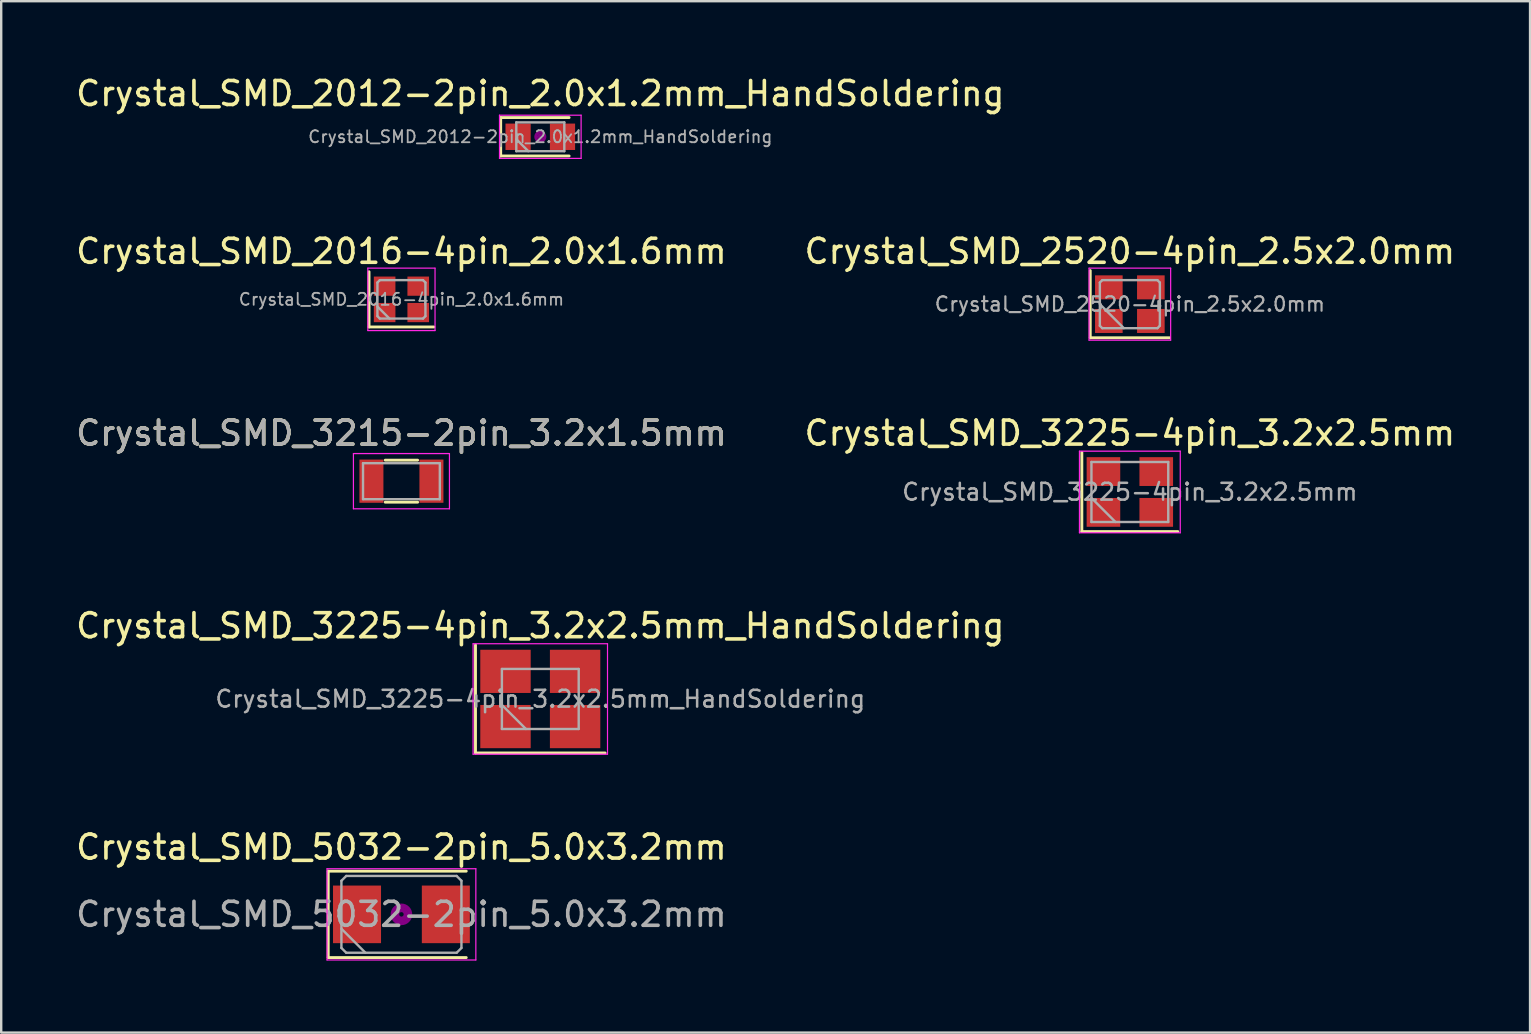
<source format=kicad_pcb>
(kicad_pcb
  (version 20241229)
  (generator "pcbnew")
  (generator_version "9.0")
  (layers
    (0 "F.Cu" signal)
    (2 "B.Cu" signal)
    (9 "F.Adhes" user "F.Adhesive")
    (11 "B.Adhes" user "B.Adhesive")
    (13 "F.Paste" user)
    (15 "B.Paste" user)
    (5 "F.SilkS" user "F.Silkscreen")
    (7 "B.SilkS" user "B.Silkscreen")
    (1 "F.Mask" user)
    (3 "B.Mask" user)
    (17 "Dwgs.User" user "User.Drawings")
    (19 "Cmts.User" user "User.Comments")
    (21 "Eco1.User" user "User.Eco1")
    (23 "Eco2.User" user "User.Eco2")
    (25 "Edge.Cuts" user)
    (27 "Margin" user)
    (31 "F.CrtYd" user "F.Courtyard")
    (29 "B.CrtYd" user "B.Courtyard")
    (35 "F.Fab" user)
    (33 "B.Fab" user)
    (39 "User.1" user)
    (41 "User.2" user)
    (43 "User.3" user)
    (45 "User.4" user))
  (footprint "Crystal_SMD_5032-2pin_5.0x3.2mm"
    (layer "F.Cu")
    (at 13.673 35.041)
    (property "Reference" "Crystal_SMD_5032-2pin_5.0x3.2mm" (at 0 -2.8 0) (layer "F.SilkS") (effects (font (size 1 1) (thickness 0.15))))
    (attr smd)
    (fp_line (start -3.05 -1.8) (end -3.05 1.8) (stroke (width 0.12) (type solid)) (layer "F.SilkS"))
    (fp_line (start -3.05 1.8) (end 2.7 1.8) (stroke (width 0.12) (type solid)) (layer "F.SilkS"))
    (fp_line (start 2.7 -1.8) (end -3.05 -1.8) (stroke (width 0.12) (type solid)) (layer "F.SilkS"))
    (fp_circle (center 0 0) (end 0.093 0) (stroke (width 0.187) (type solid)) (fill no) (layer "F.Adhes"))
    (fp_circle (center 0 0) (end 0.213 0) (stroke (width 0.133) (type solid)) (fill no) (layer "F.Adhes"))
    (fp_circle (center 0 0) (end 0.333 0) (stroke (width 0.133) (type solid)) (fill no) (layer "F.Adhes"))
    (fp_circle (center 0 0) (end 0.4 0) (stroke (width 0.1) (type solid)) (fill no) (layer "F.Adhes"))
    (fp_line (start -3.1 -1.9) (end -3.1 1.9) (stroke (width 0.05) (type solid)) (layer "F.CrtYd"))
    (fp_line (start -3.1 1.9) (end 3.1 1.9) (stroke (width 0.05) (type solid)) (layer "F.CrtYd"))
    (fp_line (start 3.1 -1.9) (end -3.1 -1.9) (stroke (width 0.05) (type solid)) (layer "F.CrtYd"))
    (fp_line (start 3.1 1.9) (end 3.1 -1.9) (stroke (width 0.05) (type solid)) (layer "F.CrtYd"))
    (fp_line (start -2.5 -1.4) (end -2.3 -1.6) (stroke (width 0.1) (type solid)) (layer "F.Fab"))
    (fp_line (start -2.5 0.6) (end -1.5 1.6) (stroke (width 0.1) (type solid)) (layer "F.Fab"))
    (fp_line (start -2.5 1.4) (end -2.5 -1.4) (stroke (width 0.1) (type solid)) (layer "F.Fab"))
    (fp_line (start -2.3 -1.6) (end 2.3 -1.6) (stroke (width 0.1) (type solid)) (layer "F.Fab"))
    (fp_line (start -2.3 1.6) (end -2.5 1.4) (stroke (width 0.1) (type solid)) (layer "F.Fab"))
    (fp_line (start 2.3 -1.6) (end 2.5 -1.4) (stroke (width 0.1) (type solid)) (layer "F.Fab"))
    (fp_line (start 2.3 1.6) (end -2.3 1.6) (stroke (width 0.1) (type solid)) (layer "F.Fab"))
    (fp_line (start 2.5 -1.4) (end 2.5 1.4) (stroke (width 0.1) (type solid)) (layer "F.Fab"))
    (fp_line (start 2.5 1.4) (end 2.3 1.6) (stroke (width 0.1) (type solid)) (layer "F.Fab"))
    (fp_text user "${REFERENCE}" (at 0 0 0) (layer "F.Fab") (effects (font (size 1 1) (thickness 0.15))))
    (pad "1" smd rect (at -1.85 0) (size 2 2.4) (layers "F.Cu" "F.Mask" "F.Paste"))
    (pad "2" smd rect (at 1.85 0) (size 2 2.4) (layers "F.Cu" "F.Mask" "F.Paste")))
  (footprint "Crystal_SMD_3215-2pin_3.2x1.5mm"
    (layer "F.Cu")
    (at 13.673 16.995)
    (property "Reference" "Crystal_SMD_3215-2pin_3.2x1.5mm" (at 0 -2 0) (layer "F.SilkS") (effects (font (size 1 1) (thickness 0.15))))
    (attr smd)
    (fp_line (start -0.675 -0.875) (end 0.675 -0.875) (stroke (width 0.12) (type solid)) (layer "F.SilkS"))
    (fp_line (start -0.675 0.875) (end 0.675 0.875) (stroke (width 0.12) (type solid)) (layer "F.SilkS"))
    (fp_line (start -2 -1.15) (end -2 1.15) (stroke (width 0.05) (type solid)) (layer "F.CrtYd"))
    (fp_line (start -2 -1.15) (end 2 -1.15) (stroke (width 0.05) (type solid)) (layer "F.CrtYd"))
    (fp_line (start -2 1.15) (end 2 1.15) (stroke (width 0.05) (type solid)) (layer "F.CrtYd"))
    (fp_line (start 2 -1.15) (end 2 1.15) (stroke (width 0.05) (type solid)) (layer "F.CrtYd"))
    (fp_line (start -1.6 -0.75) (end -1.6 0.75) (stroke (width 0.1) (type solid)) (layer "F.Fab"))
    (fp_line (start -1.6 -0.75) (end 1.6 -0.75) (stroke (width 0.1) (type solid)) (layer "F.Fab"))
    (fp_line (start -1.6 0.75) (end 1.6 0.75) (stroke (width 0.1) (type solid)) (layer "F.Fab"))
    (fp_line (start 1.6 -0.75) (end 1.6 0.75) (stroke (width 0.1) (type solid)) (layer "F.Fab"))
    (fp_text user "${REFERENCE}" (at 0 -2 0) (layer "F.Fab") (effects (font (size 1 1) (thickness 0.15))))
    (pad "1" smd rect (at 1.25 0) (size 1 1.8) (layers "F.Cu" "F.Mask" "F.Paste"))
    (pad "2" smd rect (at -1.25 0) (size 1 1.8) (layers "F.Cu" "F.Mask" "F.Paste")))
  (footprint "Crystal_SMD_3225-4pin_3.2x2.5mm"
    (layer "F.Cu")
    (at 44.018 17.445)
    (property "Reference" "Crystal_SMD_3225-4pin_3.2x2.5mm" (at 0 -2.45 0) (layer "F.SilkS") (effects (font (size 1 1) (thickness 0.15))))
    (attr smd)
    (fp_line (start -2 -1.65) (end -2 1.65) (stroke (width 0.12) (type solid)) (layer "F.SilkS"))
    (fp_line (start -2 1.65) (end 2 1.65) (stroke (width 0.12) (type solid)) (layer "F.SilkS"))
    (fp_line (start -2.1 -1.7) (end -2.1 1.7) (stroke (width 0.05) (type solid)) (layer "F.CrtYd"))
    (fp_line (start -2.1 1.7) (end 2.1 1.7) (stroke (width 0.05) (type solid)) (layer "F.CrtYd"))
    (fp_line (start 2.1 -1.7) (end -2.1 -1.7) (stroke (width 0.05) (type solid)) (layer "F.CrtYd"))
    (fp_line (start 2.1 1.7) (end 2.1 -1.7) (stroke (width 0.05) (type solid)) (layer "F.CrtYd"))
    (fp_line (start -1.6 -1.25) (end -1.6 1.25) (stroke (width 0.1) (type solid)) (layer "F.Fab"))
    (fp_line (start -1.6 0.25) (end -0.6 1.25) (stroke (width 0.1) (type solid)) (layer "F.Fab"))
    (fp_line (start -1.6 1.25) (end 1.6 1.25) (stroke (width 0.1) (type solid)) (layer "F.Fab"))
    (fp_line (start 1.6 -1.25) (end -1.6 -1.25) (stroke (width 0.1) (type solid)) (layer "F.Fab"))
    (fp_line (start 1.6 1.25) (end 1.6 -1.25) (stroke (width 0.1) (type solid)) (layer "F.Fab"))
    (fp_text user "${REFERENCE}" (at 0 0 0) (layer "F.Fab") (effects (font (size 0.7 0.7) (thickness 0.105))))
    (pad "1" smd rect (at -1.1 0.85) (size 1.4 1.2) (layers "F.Cu" "F.Mask" "F.Paste"))
    (pad "2" smd rect (at 1.1 0.85) (size 1.4 1.2) (layers "F.Cu" "F.Mask" "F.Paste"))
    (pad "3" smd rect (at 1.1 -0.85) (size 1.4 1.2) (layers "F.Cu" "F.Mask" "F.Paste"))
    (pad "4" smd rect (at -1.1 -0.85) (size 1.4 1.2) (layers "F.Cu" "F.Mask" "F.Paste")))
  (footprint "Crystal_SMD_2016-4pin_2.0x1.6mm"
    (layer "F.Cu")
    (at 13.673 9.421)
    (property "Reference" "Crystal_SMD_2016-4pin_2.0x1.6mm" (at 0 -2 0) (layer "F.SilkS") (effects (font (size 1 1) (thickness 0.15))))
    (attr smd)
    (fp_line (start -1.35 -1.15) (end -1.35 1.15) (stroke (width 0.12) (type solid)) (layer "F.SilkS"))
    (fp_line (start -1.35 1.15) (end 1.35 1.15) (stroke (width 0.12) (type solid)) (layer "F.SilkS"))
    (fp_line (start -1.4 -1.3) (end -1.4 1.3) (stroke (width 0.05) (type solid)) (layer "F.CrtYd"))
    (fp_line (start -1.4 1.3) (end 1.4 1.3) (stroke (width 0.05) (type solid)) (layer "F.CrtYd"))
    (fp_line (start 1.4 -1.3) (end -1.4 -1.3) (stroke (width 0.05) (type solid)) (layer "F.CrtYd"))
    (fp_line (start 1.4 1.3) (end 1.4 -1.3) (stroke (width 0.05) (type solid)) (layer "F.CrtYd"))
    (fp_line (start -1 -0.7) (end -0.9 -0.8) (stroke (width 0.1) (type solid)) (layer "F.Fab"))
    (fp_line (start -1 0.3) (end -0.5 0.8) (stroke (width 0.1) (type solid)) (layer "F.Fab"))
    (fp_line (start -1 0.7) (end -1 -0.7) (stroke (width 0.1) (type solid)) (layer "F.Fab"))
    (fp_line (start -0.9 -0.8) (end 0.9 -0.8) (stroke (width 0.1) (type solid)) (layer "F.Fab"))
    (fp_line (start -0.9 0.8) (end -1 0.7) (stroke (width 0.1) (type solid)) (layer "F.Fab"))
    (fp_line (start 0.9 -0.8) (end 1 -0.7) (stroke (width 0.1) (type solid)) (layer "F.Fab"))
    (fp_line (start 0.9 0.8) (end -0.9 0.8) (stroke (width 0.1) (type solid)) (layer "F.Fab"))
    (fp_line (start 1 -0.7) (end 1 0.7) (stroke (width 0.1) (type solid)) (layer "F.Fab"))
    (fp_line (start 1 0.7) (end 0.9 0.8) (stroke (width 0.1) (type solid)) (layer "F.Fab"))
    (fp_text user "${REFERENCE}" (at 0 0 0) (layer "F.Fab") (effects (font (size 0.5 0.5) (thickness 0.075))))
    (pad "1" smd rect (at -0.7 0.55) (size 0.9 0.8) (layers "F.Cu" "F.Mask" "F.Paste"))
    (pad "2" smd rect (at 0.7 0.55) (size 0.9 0.8) (layers "F.Cu" "F.Mask" "F.Paste"))
    (pad "3" smd rect (at 0.7 -0.55) (size 0.9 0.8) (layers "F.Cu" "F.Mask" "F.Paste"))
    (pad "4" smd rect (at -0.7 -0.55) (size 0.9 0.8) (layers "F.Cu" "F.Mask" "F.Paste")))
  (footprint "Crystal_SMD_2012-2pin_2.0x1.2mm_HandSoldering"
    (layer "F.Cu")
    (at 19.458 2.648)
    (property "Reference" "Crystal_SMD_2012-2pin_2.0x1.2mm_HandSoldering" (at 0 -1.8 0) (layer "F.SilkS") (effects (font (size 1 1) (thickness 0.15))))
    (attr smd)
    (fp_line (start -1.65 -0.8) (end -1.65 0.8) (stroke (width 0.12) (type solid)) (layer "F.SilkS"))
    (fp_line (start -1.65 0.8) (end 1.2 0.8) (stroke (width 0.12) (type solid)) (layer "F.SilkS"))
    (fp_line (start 1.2 -0.8) (end -1.65 -0.8) (stroke (width 0.12) (type solid)) (layer "F.SilkS"))
    (fp_circle (center 0 0) (end 0.047 0) (stroke (width 0.093) (type solid)) (fill no) (layer "F.Adhes"))
    (fp_circle (center 0 0) (end 0.107 0) (stroke (width 0.067) (type solid)) (fill no) (layer "F.Adhes"))
    (fp_circle (center 0 0) (end 0.167 0) (stroke (width 0.067) (type solid)) (fill no) (layer "F.Adhes"))
    (fp_circle (center 0 0) (end 0.2 0) (stroke (width 0.1) (type solid)) (fill no) (layer "F.Adhes"))
    (fp_line (start -1.7 -0.9) (end -1.7 0.9) (stroke (width 0.05) (type solid)) (layer "F.CrtYd"))
    (fp_line (start -1.7 0.9) (end 1.7 0.9) (stroke (width 0.05) (type solid)) (layer "F.CrtYd"))
    (fp_line (start 1.7 -0.9) (end -1.7 -0.9) (stroke (width 0.05) (type solid)) (layer "F.CrtYd"))
    (fp_line (start 1.7 0.9) (end 1.7 -0.9) (stroke (width 0.05) (type solid)) (layer "F.CrtYd"))
    (fp_line (start -1 -0.6) (end -1 0.6) (stroke (width 0.1) (type solid)) (layer "F.Fab"))
    (fp_line (start -1 0.1) (end -0.5 0.6) (stroke (width 0.1) (type solid)) (layer "F.Fab"))
    (fp_line (start -1 0.6) (end 1 0.6) (stroke (width 0.1) (type solid)) (layer "F.Fab"))
    (fp_line (start 1 -0.6) (end -1 -0.6) (stroke (width 0.1) (type solid)) (layer "F.Fab"))
    (fp_line (start 1 0.6) (end 1 -0.6) (stroke (width 0.1) (type solid)) (layer "F.Fab"))
    (fp_text user "${REFERENCE}" (at 0 0 0) (layer "F.Fab") (effects (font (size 0.5 0.5) (thickness 0.075))))
    (pad "1" smd rect (at -0.925 0) (size 1.05 1.1) (layers "F.Cu" "F.Mask" "F.Paste"))
    (pad "2" smd rect (at 0.925 0) (size 1.05 1.1) (layers "F.Cu" "F.Mask" "F.Paste")))
  (footprint "Crystal_SMD_3225-4pin_3.2x2.5mm_HandSoldering"
    (layer "F.Cu")
    (at 19.458 26.068)
    (property "Reference" "Crystal_SMD_3225-4pin_3.2x2.5mm_HandSoldering" (at 0 -3.05 0) (layer "F.SilkS") (effects (font (size 1 1) (thickness 0.15))))
    (attr smd)
    (fp_line (start -2.7 -2.25) (end -2.7 2.25) (stroke (width 0.12) (type solid)) (layer "F.SilkS"))
    (fp_line (start -2.7 2.25) (end 2.7 2.25) (stroke (width 0.12) (type solid)) (layer "F.SilkS"))
    (fp_line (start -2.8 -2.3) (end -2.8 2.3) (stroke (width 0.05) (type solid)) (layer "F.CrtYd"))
    (fp_line (start -2.8 2.3) (end 2.8 2.3) (stroke (width 0.05) (type solid)) (layer "F.CrtYd"))
    (fp_line (start 2.8 -2.3) (end -2.8 -2.3) (stroke (width 0.05) (type solid)) (layer "F.CrtYd"))
    (fp_line (start 2.8 2.3) (end 2.8 -2.3) (stroke (width 0.05) (type solid)) (layer "F.CrtYd"))
    (fp_line (start -1.6 -1.25) (end -1.6 1.25) (stroke (width 0.1) (type solid)) (layer "F.Fab"))
    (fp_line (start -1.6 0.25) (end -0.6 1.25) (stroke (width 0.1) (type solid)) (layer "F.Fab"))
    (fp_line (start -1.6 1.25) (end 1.6 1.25) (stroke (width 0.1) (type solid)) (layer "F.Fab"))
    (fp_line (start 1.6 -1.25) (end -1.6 -1.25) (stroke (width 0.1) (type solid)) (layer "F.Fab"))
    (fp_line (start 1.6 1.25) (end 1.6 -1.25) (stroke (width 0.1) (type solid)) (layer "F.Fab"))
    (fp_text user "${REFERENCE}" (at 0 0 0) (layer "F.Fab") (effects (font (size 0.7 0.7) (thickness 0.105))))
    (pad "1" smd rect (at -1.45 1.15) (size 2.1 1.8) (layers "F.Cu" "F.Mask" "F.Paste"))
    (pad "2" smd rect (at 1.45 1.15) (size 2.1 1.8) (layers "F.Cu" "F.Mask" "F.Paste"))
    (pad "3" smd rect (at 1.45 -1.15) (size 2.1 1.8) (layers "F.Cu" "F.Mask" "F.Paste"))
    (pad "4" smd rect (at -1.45 -1.15) (size 2.1 1.8) (layers "F.Cu" "F.Mask" "F.Paste")))
  (footprint "Crystal_SMD_2520-4pin_2.5x2.0mm"
    (layer "F.Cu")
    (at 44.018 9.621)
    (property "Reference" "Crystal_SMD_2520-4pin_2.5x2.0mm" (at 0 -2.2 0) (layer "F.SilkS") (effects (font (size 1 1) (thickness 0.15))))
    (attr smd)
    (fp_line (start -1.65 -1.4) (end -1.65 1.4) (stroke (width 0.12) (type solid)) (layer "F.SilkS"))
    (fp_line (start -1.65 1.4) (end 1.65 1.4) (stroke (width 0.12) (type solid)) (layer "F.SilkS"))
    (fp_line (start -1.7 -1.5) (end -1.7 1.5) (stroke (width 0.05) (type solid)) (layer "F.CrtYd"))
    (fp_line (start -1.7 1.5) (end 1.7 1.5) (stroke (width 0.05) (type solid)) (layer "F.CrtYd"))
    (fp_line (start 1.7 -1.5) (end -1.7 -1.5) (stroke (width 0.05) (type solid)) (layer "F.CrtYd"))
    (fp_line (start 1.7 1.5) (end 1.7 -1.5) (stroke (width 0.05) (type solid)) (layer "F.CrtYd"))
    (fp_line (start -1.25 -0.9) (end -1.15 -1) (stroke (width 0.1) (type solid)) (layer "F.Fab"))
    (fp_line (start -1.25 0) (end -0.25 1) (stroke (width 0.1) (type solid)) (layer "F.Fab"))
    (fp_line (start -1.25 0.9) (end -1.25 -0.9) (stroke (width 0.1) (type solid)) (layer "F.Fab"))
    (fp_line (start -1.15 -1) (end 1.15 -1) (stroke (width 0.1) (type solid)) (layer "F.Fab"))
    (fp_line (start -1.15 1) (end -1.25 0.9) (stroke (width 0.1) (type solid)) (layer "F.Fab"))
    (fp_line (start 1.15 -1) (end 1.25 -0.9) (stroke (width 0.1) (type solid)) (layer "F.Fab"))
    (fp_line (start 1.15 1) (end -1.15 1) (stroke (width 0.1) (type solid)) (layer "F.Fab"))
    (fp_line (start 1.25 -0.9) (end 1.25 0.9) (stroke (width 0.1) (type solid)) (layer "F.Fab"))
    (fp_line (start 1.25 0.9) (end 1.15 1) (stroke (width 0.1) (type solid)) (layer "F.Fab"))
    (fp_text user "${REFERENCE}" (at 0 0 0) (layer "F.Fab") (effects (font (size 0.6 0.6) (thickness 0.09))))
    (pad "1" smd rect (at -0.875 0.7) (size 1.15 1) (layers "F.Cu" "F.Mask" "F.Paste"))
    (pad "2" smd rect (at 0.875 0.7) (size 1.15 1) (layers "F.Cu" "F.Mask" "F.Paste"))
    (pad "3" smd rect (at 0.875 -0.7) (size 1.15 1) (layers "F.Cu" "F.Mask" "F.Paste"))
    (pad "4" smd rect (at -0.875 -0.7) (size 1.15 1) (layers "F.Cu" "F.Mask" "F.Paste")))
  (gr_rect
    (start -3 -3)
    (end 60.69 39.966)
    (stroke (width 0.1) (type default))
    (fill no)
    (layer "Edge.Cuts")))
</source>
